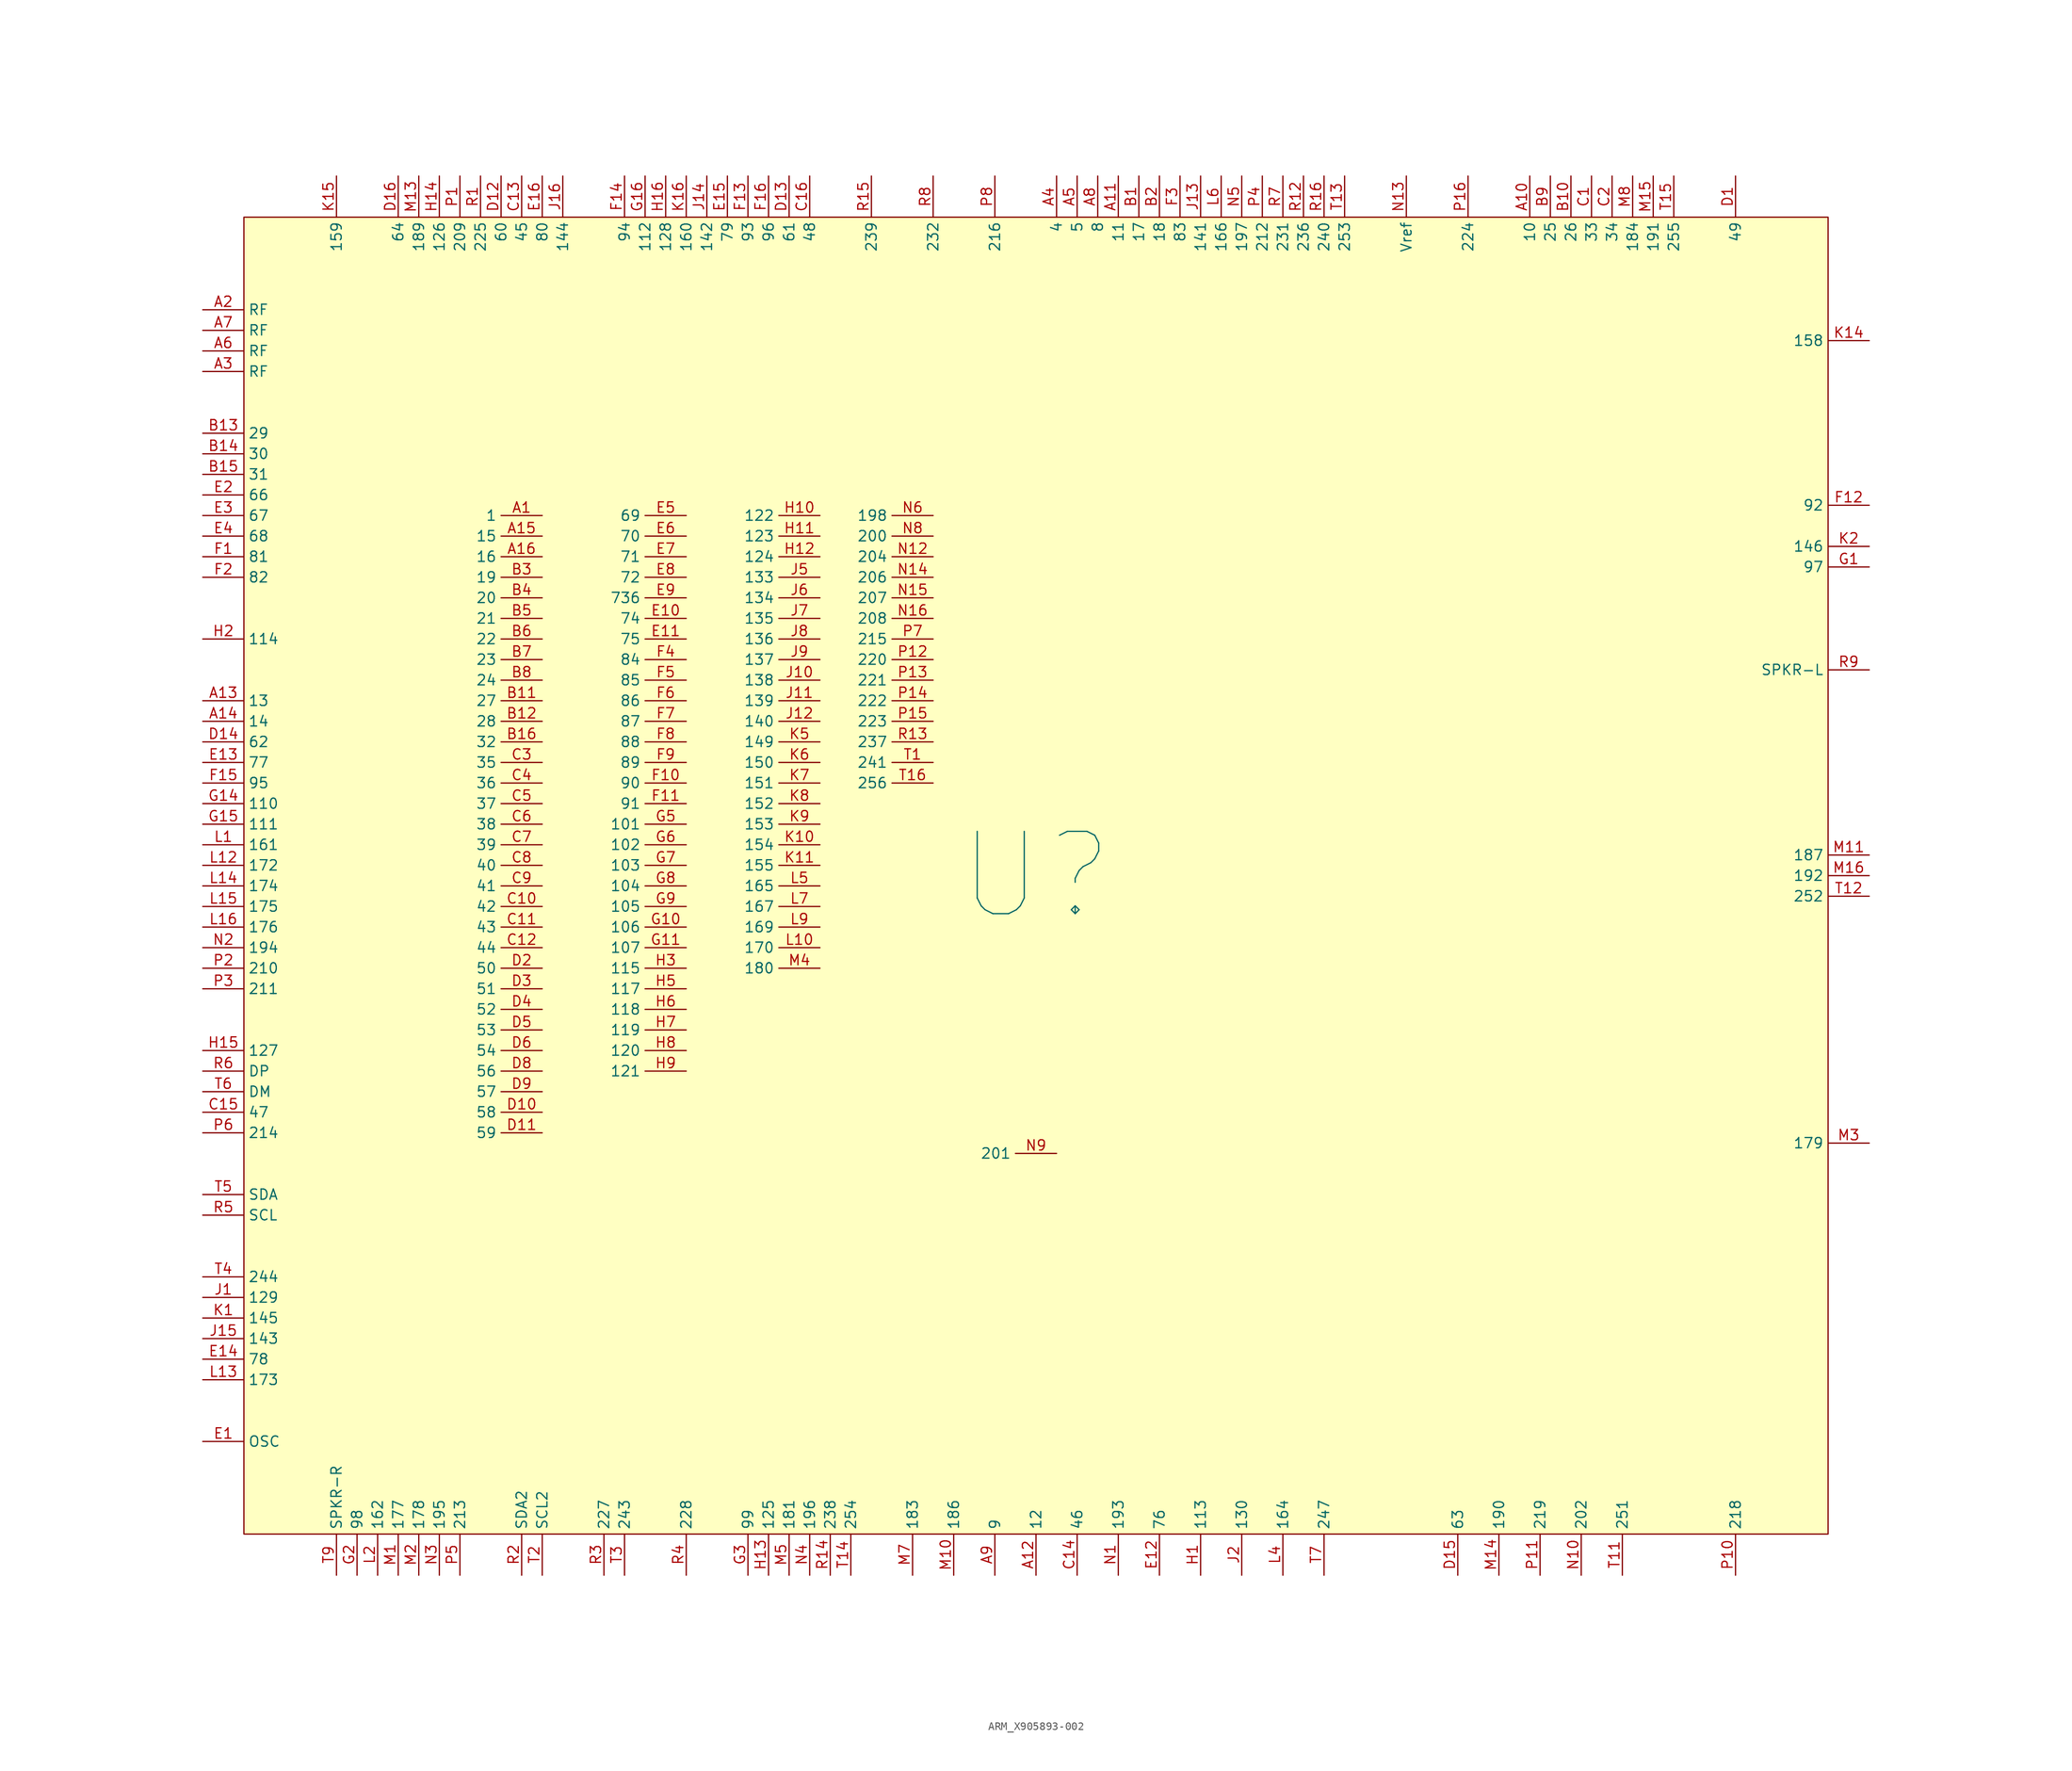
<source format=kicad_sym>
(kicad_symbol_lib
  (version 20231120)
  (generator "kicad_symbol_editor")
  (generator_version "8.0")
  (symbol "ARM_X905893-002"
    (property "Reference" "U"
      (at 0 0 0)
      (effects (font (size 10.16 10.16))))
    (symbol "ARM_X905893-002_1_1"
      (rectangle (start -97.79 81.28) (end 97.79 -81.28) (stroke (width 0) (type default)) (fill (type background)))
      (pin bidirectional line (at -60.96 44.45 180) (length 5.08) (name "1" (effects (font (size 1.27 1.27)))) (number "A1" (effects (font (size 1.27 1.27)))))
      (pin bidirectional line (at 60.96 86.36 270) (length 5.08) (name "10" (effects (font (size 1.27 1.27)))) (number "A10" (effects (font (size 1.27 1.27)))))
      (pin bidirectional line (at 10.16 86.36 270) (length 5.08) (name "11" (effects (font (size 1.27 1.27)))) (number "A11" (effects (font (size 1.27 1.27)))))
      (pin bidirectional line (at 0 -86.36 90) (length 5.08) (name "12" (effects (font (size 1.27 1.27)))) (number "A12" (effects (font (size 1.27 1.27)))))
      (pin bidirectional line (at -102.87 21.59 0) (length 5.08) (name "13" (effects (font (size 1.27 1.27)))) (number "A13" (effects (font (size 1.27 1.27)))))
      (pin bidirectional line (at -102.87 19.05 0) (length 5.08) (name "14" (effects (font (size 1.27 1.27)))) (number "A14" (effects (font (size 1.27 1.27)))))
      (pin bidirectional line (at -60.96 41.91 180) (length 5.08) (name "15" (effects (font (size 1.27 1.27)))) (number "A15" (effects (font (size 1.27 1.27)))))
      (pin bidirectional line (at -60.96 39.37 180) (length 5.08) (name "16" (effects (font (size 1.27 1.27)))) (number "A16" (effects (font (size 1.27 1.27)))))
      (pin bidirectional line (at -102.87 69.85 0) (length 5.08) (name "RF" (effects (font (size 1.27 1.27)))) (number "A2" (effects (font (size 1.27 1.27)))))
      (pin bidirectional line (at -102.87 62.23 0) (length 5.08) (name "RF" (effects (font (size 1.27 1.27)))) (number "A3" (effects (font (size 1.27 1.27)))))
      (pin bidirectional line (at 2.54 86.36 270) (length 5.08) (name "4" (effects (font (size 1.27 1.27)))) (number "A4" (effects (font (size 1.27 1.27)))))
      (pin bidirectional line (at 5.08 86.36 270) (length 5.08) (name "5" (effects (font (size 1.27 1.27)))) (number "A5" (effects (font (size 1.27 1.27)))))
      (pin bidirectional line (at -102.87 64.77 0) (length 5.08) (name "RF" (effects (font (size 1.27 1.27)))) (number "A6" (effects (font (size 1.27 1.27)))))
      (pin bidirectional line (at -102.87 67.31 0) (length 5.08) (name "RF" (effects (font (size 1.27 1.27)))) (number "A7" (effects (font (size 1.27 1.27)))))
      (pin bidirectional line (at 7.62 86.36 270) (length 5.08) (name "8" (effects (font (size 1.27 1.27)))) (number "A8" (effects (font (size 1.27 1.27)))))
      (pin bidirectional line (at -5.08 -86.36 90) (length 5.08) (name "9" (effects (font (size 1.27 1.27)))) (number "A9" (effects (font (size 1.27 1.27)))))
      (pin bidirectional line (at 12.7 86.36 270) (length 5.08) (name "17" (effects (font (size 1.27 1.27)))) (number "B1" (effects (font (size 1.27 1.27)))))
      (pin bidirectional line (at 66.04 86.36 270) (length 5.08) (name "26" (effects (font (size 1.27 1.27)))) (number "B10" (effects (font (size 1.27 1.27)))))
      (pin bidirectional line (at -60.96 21.59 180) (length 5.08) (name "27" (effects (font (size 1.27 1.27)))) (number "B11" (effects (font (size 1.27 1.27)))))
      (pin bidirectional line (at -60.96 19.05 180) (length 5.08) (name "28" (effects (font (size 1.27 1.27)))) (number "B12" (effects (font (size 1.27 1.27)))))
      (pin bidirectional line (at -102.87 54.61 0) (length 5.08) (name "29" (effects (font (size 1.27 1.27)))) (number "B13" (effects (font (size 1.27 1.27)))))
      (pin bidirectional line (at -102.87 52.07 0) (length 5.08) (name "30" (effects (font (size 1.27 1.27)))) (number "B14" (effects (font (size 1.27 1.27)))))
      (pin bidirectional line (at -102.87 49.53 0) (length 5.08) (name "31" (effects (font (size 1.27 1.27)))) (number "B15" (effects (font (size 1.27 1.27)))))
      (pin bidirectional line (at -60.96 16.51 180) (length 5.08) (name "32" (effects (font (size 1.27 1.27)))) (number "B16" (effects (font (size 1.27 1.27)))))
      (pin bidirectional line (at 15.24 86.36 270) (length 5.08) (name "18" (effects (font (size 1.27 1.27)))) (number "B2" (effects (font (size 1.27 1.27)))))
      (pin bidirectional line (at -60.96 36.83 180) (length 5.08) (name "19" (effects (font (size 1.27 1.27)))) (number "B3" (effects (font (size 1.27 1.27)))))
      (pin bidirectional line (at -60.96 34.29 180) (length 5.08) (name "20" (effects (font (size 1.27 1.27)))) (number "B4" (effects (font (size 1.27 1.27)))))
      (pin bidirectional line (at -60.96 31.75 180) (length 5.08) (name "21" (effects (font (size 1.27 1.27)))) (number "B5" (effects (font (size 1.27 1.27)))))
      (pin bidirectional line (at -60.96 29.21 180) (length 5.08) (name "22" (effects (font (size 1.27 1.27)))) (number "B6" (effects (font (size 1.27 1.27)))))
      (pin bidirectional line (at -60.96 26.67 180) (length 5.08) (name "23" (effects (font (size 1.27 1.27)))) (number "B7" (effects (font (size 1.27 1.27)))))
      (pin bidirectional line (at -60.96 24.13 180) (length 5.08) (name "24" (effects (font (size 1.27 1.27)))) (number "B8" (effects (font (size 1.27 1.27)))))
      (pin bidirectional line (at 63.5 86.36 270) (length 5.08) (name "25" (effects (font (size 1.27 1.27)))) (number "B9" (effects (font (size 1.27 1.27)))))
      (pin bidirectional line (at 68.58 86.36 270) (length 5.08) (name "33" (effects (font (size 1.27 1.27)))) (number "C1" (effects (font (size 1.27 1.27)))))
      (pin bidirectional line (at -60.96 -3.81 180) (length 5.08) (name "42" (effects (font (size 1.27 1.27)))) (number "C10" (effects (font (size 1.27 1.27)))))
      (pin bidirectional line (at -60.96 -6.35 180) (length 5.08) (name "43" (effects (font (size 1.27 1.27)))) (number "C11" (effects (font (size 1.27 1.27)))))
      (pin bidirectional line (at -60.96 -8.89 180) (length 5.08) (name "44" (effects (font (size 1.27 1.27)))) (number "C12" (effects (font (size 1.27 1.27)))))
      (pin bidirectional line (at -63.5 86.36 270) (length 5.08) (name "45" (effects (font (size 1.27 1.27)))) (number "C13" (effects (font (size 1.27 1.27)))))
      (pin bidirectional line (at 5.08 -86.36 90) (length 5.08) (name "46" (effects (font (size 1.27 1.27)))) (number "C14" (effects (font (size 1.27 1.27)))))
      (pin bidirectional line (at -102.87 -29.21 0) (length 5.08) (name "47" (effects (font (size 1.27 1.27)))) (number "C15" (effects (font (size 1.27 1.27)))))
      (pin bidirectional line (at -27.94 86.36 270) (length 5.08) (name "48" (effects (font (size 1.27 1.27)))) (number "C16" (effects (font (size 1.27 1.27)))))
      (pin bidirectional line (at 71.12 86.36 270) (length 5.08) (name "34" (effects (font (size 1.27 1.27)))) (number "C2" (effects (font (size 1.27 1.27)))))
      (pin bidirectional line (at -60.96 13.97 180) (length 5.08) (name "35" (effects (font (size 1.27 1.27)))) (number "C3" (effects (font (size 1.27 1.27)))))
      (pin bidirectional line (at -60.96 11.43 180) (length 5.08) (name "36" (effects (font (size 1.27 1.27)))) (number "C4" (effects (font (size 1.27 1.27)))))
      (pin bidirectional line (at -60.96 8.89 180) (length 5.08) (name "37" (effects (font (size 1.27 1.27)))) (number "C5" (effects (font (size 1.27 1.27)))))
      (pin bidirectional line (at -60.96 6.35 180) (length 5.08) (name "38" (effects (font (size 1.27 1.27)))) (number "C6" (effects (font (size 1.27 1.27)))))
      (pin bidirectional line (at -60.96 3.81 180) (length 5.08) (name "39" (effects (font (size 1.27 1.27)))) (number "C7" (effects (font (size 1.27 1.27)))))
      (pin bidirectional line (at -60.96 1.27 180) (length 5.08) (name "40" (effects (font (size 1.27 1.27)))) (number "C8" (effects (font (size 1.27 1.27)))))
      (pin bidirectional line (at -60.96 -1.27 180) (length 5.08) (name "41" (effects (font (size 1.27 1.27)))) (number "C9" (effects (font (size 1.27 1.27)))))
      (pin bidirectional line (at 86.36 86.36 270) (length 5.08) (name "49" (effects (font (size 1.27 1.27)))) (number "D1" (effects (font (size 1.27 1.27)))))
      (pin bidirectional line (at -60.96 -29.21 180) (length 5.08) (name "58" (effects (font (size 1.27 1.27)))) (number "D10" (effects (font (size 1.27 1.27)))))
      (pin bidirectional line (at -60.96 -31.75 180) (length 5.08) (name "59" (effects (font (size 1.27 1.27)))) (number "D11" (effects (font (size 1.27 1.27)))))
      (pin bidirectional line (at -66.04 86.36 270) (length 5.08) (name "60" (effects (font (size 1.27 1.27)))) (number "D12" (effects (font (size 1.27 1.27)))))
      (pin bidirectional line (at -30.48 86.36 270) (length 5.08) (name "61" (effects (font (size 1.27 1.27)))) (number "D13" (effects (font (size 1.27 1.27)))))
      (pin bidirectional line (at -102.87 16.51 0) (length 5.08) (name "62" (effects (font (size 1.27 1.27)))) (number "D14" (effects (font (size 1.27 1.27)))))
      (pin bidirectional line (at 52.07 -86.36 90) (length 5.08) (name "63" (effects (font (size 1.27 1.27)))) (number "D15" (effects (font (size 1.27 1.27)))))
      (pin bidirectional line (at -78.74 86.36 270) (length 5.08) (name "64" (effects (font (size 1.27 1.27)))) (number "D16" (effects (font (size 1.27 1.27)))))
      (pin bidirectional line (at -60.96 -11.43 180) (length 5.08) (name "50" (effects (font (size 1.27 1.27)))) (number "D2" (effects (font (size 1.27 1.27)))))
      (pin bidirectional line (at -60.96 -13.97 180) (length 5.08) (name "51" (effects (font (size 1.27 1.27)))) (number "D3" (effects (font (size 1.27 1.27)))))
      (pin bidirectional line (at -60.96 -16.51 180) (length 5.08) (name "52" (effects (font (size 1.27 1.27)))) (number "D4" (effects (font (size 1.27 1.27)))))
      (pin bidirectional line (at -60.96 -19.05 180) (length 5.08) (name "53" (effects (font (size 1.27 1.27)))) (number "D5" (effects (font (size 1.27 1.27)))))
      (pin bidirectional line (at -60.96 -21.59 180) (length 5.08) (name "54" (effects (font (size 1.27 1.27)))) (number "D6" (effects (font (size 1.27 1.27)))))
      (pin bidirectional line (at -60.96 -24.13 180) (length 5.08) (name "56" (effects (font (size 1.27 1.27)))) (number "D8" (effects (font (size 1.27 1.27)))))
      (pin bidirectional line (at -60.96 -26.67 180) (length 5.08) (name "57" (effects (font (size 1.27 1.27)))) (number "D9" (effects (font (size 1.27 1.27)))))
      (pin bidirectional line (at -102.87 -69.85 0) (length 5.08) (name "OSC" (effects (font (size 1.27 1.27)))) (number "E1" (effects (font (size 1.27 1.27)))))
      (pin bidirectional line (at -43.18 31.75 180) (length 5.08) (name "74" (effects (font (size 1.27 1.27)))) (number "E10" (effects (font (size 1.27 1.27)))))
      (pin bidirectional line (at -43.18 29.21 180) (length 5.08) (name "75" (effects (font (size 1.27 1.27)))) (number "E11" (effects (font (size 1.27 1.27)))))
      (pin bidirectional line (at 15.24 -86.36 90) (length 5.08) (name "76" (effects (font (size 1.27 1.27)))) (number "E12" (effects (font (size 1.27 1.27)))))
      (pin bidirectional line (at -102.87 13.97 0) (length 5.08) (name "77" (effects (font (size 1.27 1.27)))) (number "E13" (effects (font (size 1.27 1.27)))))
      (pin bidirectional line (at -102.87 -59.69 0) (length 5.08) (name "78" (effects (font (size 1.27 1.27)))) (number "E14" (effects (font (size 1.27 1.27)))))
      (pin bidirectional line (at -38.1 86.36 270) (length 5.08) (name "79" (effects (font (size 1.27 1.27)))) (number "E15" (effects (font (size 1.27 1.27)))))
      (pin bidirectional line (at -60.96 86.36 270) (length 5.08) (name "80" (effects (font (size 1.27 1.27)))) (number "E16" (effects (font (size 1.27 1.27)))))
      (pin bidirectional line (at -102.87 46.99 0) (length 5.08) (name "66" (effects (font (size 1.27 1.27)))) (number "E2" (effects (font (size 1.27 1.27)))))
      (pin bidirectional line (at -102.87 44.45 0) (length 5.08) (name "67" (effects (font (size 1.27 1.27)))) (number "E3" (effects (font (size 1.27 1.27)))))
      (pin bidirectional line (at -102.87 41.91 0) (length 5.08) (name "68" (effects (font (size 1.27 1.27)))) (number "E4" (effects (font (size 1.27 1.27)))))
      (pin bidirectional line (at -43.18 44.45 180) (length 5.08) (name "69" (effects (font (size 1.27 1.27)))) (number "E5" (effects (font (size 1.27 1.27)))))
      (pin bidirectional line (at -43.18 41.91 180) (length 5.08) (name "70" (effects (font (size 1.27 1.27)))) (number "E6" (effects (font (size 1.27 1.27)))))
      (pin bidirectional line (at -43.18 39.37 180) (length 5.08) (name "71" (effects (font (size 1.27 1.27)))) (number "E7" (effects (font (size 1.27 1.27)))))
      (pin bidirectional line (at -43.18 36.83 180) (length 5.08) (name "72" (effects (font (size 1.27 1.27)))) (number "E8" (effects (font (size 1.27 1.27)))))
      (pin bidirectional line (at -43.18 34.29 180) (length 5.08) (name "736" (effects (font (size 1.27 1.27)))) (number "E9" (effects (font (size 1.27 1.27)))))
      (pin bidirectional line (at -102.87 39.37 0) (length 5.08) (name "81" (effects (font (size 1.27 1.27)))) (number "F1" (effects (font (size 1.27 1.27)))))
      (pin bidirectional line (at -43.18 11.43 180) (length 5.08) (name "90" (effects (font (size 1.27 1.27)))) (number "F10" (effects (font (size 1.27 1.27)))))
      (pin bidirectional line (at -43.18 8.89 180) (length 5.08) (name "91" (effects (font (size 1.27 1.27)))) (number "F11" (effects (font (size 1.27 1.27)))))
      (pin bidirectional line (at 102.87 45.72 180) (length 5.08) (name "92" (effects (font (size 1.27 1.27)))) (number "F12" (effects (font (size 1.27 1.27)))))
      (pin bidirectional line (at -35.56 86.36 270) (length 5.08) (name "93" (effects (font (size 1.27 1.27)))) (number "F13" (effects (font (size 1.27 1.27)))))
      (pin bidirectional line (at -50.8 86.36 270) (length 5.08) (name "94" (effects (font (size 1.27 1.27)))) (number "F14" (effects (font (size 1.27 1.27)))))
      (pin bidirectional line (at -102.87 11.43 0) (length 5.08) (name "95" (effects (font (size 1.27 1.27)))) (number "F15" (effects (font (size 1.27 1.27)))))
      (pin bidirectional line (at -33.02 86.36 270) (length 5.08) (name "96" (effects (font (size 1.27 1.27)))) (number "F16" (effects (font (size 1.27 1.27)))))
      (pin bidirectional line (at -102.87 36.83 0) (length 5.08) (name "82" (effects (font (size 1.27 1.27)))) (number "F2" (effects (font (size 1.27 1.27)))))
      (pin bidirectional line (at 17.78 86.36 270) (length 5.08) (name "83" (effects (font (size 1.27 1.27)))) (number "F3" (effects (font (size 1.27 1.27)))))
      (pin bidirectional line (at -43.18 26.67 180) (length 5.08) (name "84" (effects (font (size 1.27 1.27)))) (number "F4" (effects (font (size 1.27 1.27)))))
      (pin bidirectional line (at -43.18 24.13 180) (length 5.08) (name "85" (effects (font (size 1.27 1.27)))) (number "F5" (effects (font (size 1.27 1.27)))))
      (pin bidirectional line (at -43.18 21.59 180) (length 5.08) (name "86" (effects (font (size 1.27 1.27)))) (number "F6" (effects (font (size 1.27 1.27)))))
      (pin bidirectional line (at -43.18 19.05 180) (length 5.08) (name "87" (effects (font (size 1.27 1.27)))) (number "F7" (effects (font (size 1.27 1.27)))))
      (pin bidirectional line (at -43.18 16.51 180) (length 5.08) (name "88" (effects (font (size 1.27 1.27)))) (number "F8" (effects (font (size 1.27 1.27)))))
      (pin bidirectional line (at -43.18 13.97 180) (length 5.08) (name "89" (effects (font (size 1.27 1.27)))) (number "F9" (effects (font (size 1.27 1.27)))))
      (pin bidirectional line (at 102.87 38.1 180) (length 5.08) (name "97" (effects (font (size 1.27 1.27)))) (number "G1" (effects (font (size 1.27 1.27)))))
      (pin bidirectional line (at -43.18 -6.35 180) (length 5.08) (name "106" (effects (font (size 1.27 1.27)))) (number "G10" (effects (font (size 1.27 1.27)))))
      (pin bidirectional line (at -43.18 -8.89 180) (length 5.08) (name "107" (effects (font (size 1.27 1.27)))) (number "G11" (effects (font (size 1.27 1.27)))))
      (pin bidirectional line (at -102.87 8.89 0) (length 5.08) (name "110" (effects (font (size 1.27 1.27)))) (number "G14" (effects (font (size 1.27 1.27)))))
      (pin bidirectional line (at -102.87 6.35 0) (length 5.08) (name "111" (effects (font (size 1.27 1.27)))) (number "G15" (effects (font (size 1.27 1.27)))))
      (pin bidirectional line (at -48.26 86.36 270) (length 5.08) (name "112" (effects (font (size 1.27 1.27)))) (number "G16" (effects (font (size 1.27 1.27)))))
      (pin bidirectional line (at -83.82 -86.36 90) (length 5.08) (name "98" (effects (font (size 1.27 1.27)))) (number "G2" (effects (font (size 1.27 1.27)))))
      (pin bidirectional line (at -35.56 -86.36 90) (length 5.08) (name "99" (effects (font (size 1.27 1.27)))) (number "G3" (effects (font (size 1.27 1.27)))))
      (pin bidirectional line (at -43.18 6.35 180) (length 5.08) (name "101" (effects (font (size 1.27 1.27)))) (number "G5" (effects (font (size 1.27 1.27)))))
      (pin bidirectional line (at -43.18 3.81 180) (length 5.08) (name "102" (effects (font (size 1.27 1.27)))) (number "G6" (effects (font (size 1.27 1.27)))))
      (pin bidirectional line (at -43.18 1.27 180) (length 5.08) (name "103" (effects (font (size 1.27 1.27)))) (number "G7" (effects (font (size 1.27 1.27)))))
      (pin bidirectional line (at -43.18 -1.27 180) (length 5.08) (name "104" (effects (font (size 1.27 1.27)))) (number "G8" (effects (font (size 1.27 1.27)))))
      (pin bidirectional line (at -43.18 -3.81 180) (length 5.08) (name "105" (effects (font (size 1.27 1.27)))) (number "G9" (effects (font (size 1.27 1.27)))))
      (pin bidirectional line (at 20.32 -86.36 90) (length 5.08) (name "113" (effects (font (size 1.27 1.27)))) (number "H1" (effects (font (size 1.27 1.27)))))
      (pin bidirectional line (at -26.67 44.45 180) (length 5.08) (name "122" (effects (font (size 1.27 1.27)))) (number "H10" (effects (font (size 1.27 1.27)))))
      (pin bidirectional line (at -26.67 41.91 180) (length 5.08) (name "123" (effects (font (size 1.27 1.27)))) (number "H11" (effects (font (size 1.27 1.27)))))
      (pin bidirectional line (at -26.67 39.37 180) (length 5.08) (name "124" (effects (font (size 1.27 1.27)))) (number "H12" (effects (font (size 1.27 1.27)))))
      (pin bidirectional line (at -33.02 -86.36 90) (length 5.08) (name "125" (effects (font (size 1.27 1.27)))) (number "H13" (effects (font (size 1.27 1.27)))))
      (pin bidirectional line (at -73.66 86.36 270) (length 5.08) (name "126" (effects (font (size 1.27 1.27)))) (number "H14" (effects (font (size 1.27 1.27)))))
      (pin bidirectional line (at -102.87 -21.59 0) (length 5.08) (name "127" (effects (font (size 1.27 1.27)))) (number "H15" (effects (font (size 1.27 1.27)))))
      (pin bidirectional line (at -45.72 86.36 270) (length 5.08) (name "128" (effects (font (size 1.27 1.27)))) (number "H16" (effects (font (size 1.27 1.27)))))
      (pin bidirectional line (at -102.87 29.21 0) (length 5.08) (name "114" (effects (font (size 1.27 1.27)))) (number "H2" (effects (font (size 1.27 1.27)))))
      (pin bidirectional line (at -43.18 -11.43 180) (length 5.08) (name "115" (effects (font (size 1.27 1.27)))) (number "H3" (effects (font (size 1.27 1.27)))))
      (pin bidirectional line (at -43.18 -13.97 180) (length 5.08) (name "117" (effects (font (size 1.27 1.27)))) (number "H5" (effects (font (size 1.27 1.27)))))
      (pin bidirectional line (at -43.18 -16.51 180) (length 5.08) (name "118" (effects (font (size 1.27 1.27)))) (number "H6" (effects (font (size 1.27 1.27)))))
      (pin bidirectional line (at -43.18 -19.05 180) (length 5.08) (name "119" (effects (font (size 1.27 1.27)))) (number "H7" (effects (font (size 1.27 1.27)))))
      (pin bidirectional line (at -43.18 -21.59 180) (length 5.08) (name "120" (effects (font (size 1.27 1.27)))) (number "H8" (effects (font (size 1.27 1.27)))))
      (pin bidirectional line (at -43.18 -24.13 180) (length 5.08) (name "121" (effects (font (size 1.27 1.27)))) (number "H9" (effects (font (size 1.27 1.27)))))
      (pin bidirectional line (at -102.87 -52.07 0) (length 5.08) (name "129" (effects (font (size 1.27 1.27)))) (number "J1" (effects (font (size 1.27 1.27)))))
      (pin bidirectional line (at -26.67 24.13 180) (length 5.08) (name "138" (effects (font (size 1.27 1.27)))) (number "J10" (effects (font (size 1.27 1.27)))))
      (pin bidirectional line (at -26.67 21.59 180) (length 5.08) (name "139" (effects (font (size 1.27 1.27)))) (number "J11" (effects (font (size 1.27 1.27)))))
      (pin bidirectional line (at -26.67 19.05 180) (length 5.08) (name "140" (effects (font (size 1.27 1.27)))) (number "J12" (effects (font (size 1.27 1.27)))))
      (pin bidirectional line (at 20.32 86.36 270) (length 5.08) (name "141" (effects (font (size 1.27 1.27)))) (number "J13" (effects (font (size 1.27 1.27)))))
      (pin bidirectional line (at -40.64 86.36 270) (length 5.08) (name "142" (effects (font (size 1.27 1.27)))) (number "J14" (effects (font (size 1.27 1.27)))))
      (pin bidirectional line (at -102.87 -57.15 0) (length 5.08) (name "143" (effects (font (size 1.27 1.27)))) (number "J15" (effects (font (size 1.27 1.27)))))
      (pin bidirectional line (at -58.42 86.36 270) (length 5.08) (name "144" (effects (font (size 1.27 1.27)))) (number "J16" (effects (font (size 1.27 1.27)))))
      (pin bidirectional line (at 25.4 -86.36 90) (length 5.08) (name "130" (effects (font (size 1.27 1.27)))) (number "J2" (effects (font (size 1.27 1.27)))))
      (pin bidirectional line (at -26.67 36.83 180) (length 5.08) (name "133" (effects (font (size 1.27 1.27)))) (number "J5" (effects (font (size 1.27 1.27)))))
      (pin bidirectional line (at -26.67 34.29 180) (length 5.08) (name "134" (effects (font (size 1.27 1.27)))) (number "J6" (effects (font (size 1.27 1.27)))))
      (pin bidirectional line (at -26.67 31.75 180) (length 5.08) (name "135" (effects (font (size 1.27 1.27)))) (number "J7" (effects (font (size 1.27 1.27)))))
      (pin bidirectional line (at -26.67 29.21 180) (length 5.08) (name "136" (effects (font (size 1.27 1.27)))) (number "J8" (effects (font (size 1.27 1.27)))))
      (pin bidirectional line (at -26.67 26.67 180) (length 5.08) (name "137" (effects (font (size 1.27 1.27)))) (number "J9" (effects (font (size 1.27 1.27)))))
      (pin bidirectional line (at -102.87 -54.61 0) (length 5.08) (name "145" (effects (font (size 1.27 1.27)))) (number "K1" (effects (font (size 1.27 1.27)))))
      (pin bidirectional line (at -26.67 3.81 180) (length 5.08) (name "154" (effects (font (size 1.27 1.27)))) (number "K10" (effects (font (size 1.27 1.27)))))
      (pin bidirectional line (at -26.67 1.27 180) (length 5.08) (name "155" (effects (font (size 1.27 1.27)))) (number "K11" (effects (font (size 1.27 1.27)))))
      (pin bidirectional line (at 102.87 66.04 180) (length 5.08) (name "158" (effects (font (size 1.27 1.27)))) (number "K14" (effects (font (size 1.27 1.27)))))
      (pin bidirectional line (at -86.36 86.36 270) (length 5.08) (name "159" (effects (font (size 1.27 1.27)))) (number "K15" (effects (font (size 1.27 1.27)))))
      (pin bidirectional line (at -43.18 86.36 270) (length 5.08) (name "160" (effects (font (size 1.27 1.27)))) (number "K16" (effects (font (size 1.27 1.27)))))
      (pin bidirectional line (at 102.87 40.64 180) (length 5.08) (name "146" (effects (font (size 1.27 1.27)))) (number "K2" (effects (font (size 1.27 1.27)))))
      (pin bidirectional line (at -26.67 16.51 180) (length 5.08) (name "149" (effects (font (size 1.27 1.27)))) (number "K5" (effects (font (size 1.27 1.27)))))
      (pin bidirectional line (at -26.67 13.97 180) (length 5.08) (name "150" (effects (font (size 1.27 1.27)))) (number "K6" (effects (font (size 1.27 1.27)))))
      (pin bidirectional line (at -26.67 11.43 180) (length 5.08) (name "151" (effects (font (size 1.27 1.27)))) (number "K7" (effects (font (size 1.27 1.27)))))
      (pin bidirectional line (at -26.67 8.89 180) (length 5.08) (name "152" (effects (font (size 1.27 1.27)))) (number "K8" (effects (font (size 1.27 1.27)))))
      (pin bidirectional line (at -26.67 6.35 180) (length 5.08) (name "153" (effects (font (size 1.27 1.27)))) (number "K9" (effects (font (size 1.27 1.27)))))
      (pin bidirectional line (at -102.87 3.81 0) (length 5.08) (name "161" (effects (font (size 1.27 1.27)))) (number "L1" (effects (font (size 1.27 1.27)))))
      (pin bidirectional line (at -26.67 -8.89 180) (length 5.08) (name "170" (effects (font (size 1.27 1.27)))) (number "L10" (effects (font (size 1.27 1.27)))))
      (pin bidirectional line (at -102.87 1.27 0) (length 5.08) (name "172" (effects (font (size 1.27 1.27)))) (number "L12" (effects (font (size 1.27 1.27)))))
      (pin bidirectional line (at -102.87 -62.23 0) (length 5.08) (name "173" (effects (font (size 1.27 1.27)))) (number "L13" (effects (font (size 1.27 1.27)))))
      (pin bidirectional line (at -102.87 -1.27 0) (length 5.08) (name "174" (effects (font (size 1.27 1.27)))) (number "L14" (effects (font (size 1.27 1.27)))))
      (pin bidirectional line (at -102.87 -3.81 0) (length 5.08) (name "175" (effects (font (size 1.27 1.27)))) (number "L15" (effects (font (size 1.27 1.27)))))
      (pin bidirectional line (at -102.87 -6.35 0) (length 5.08) (name "176" (effects (font (size 1.27 1.27)))) (number "L16" (effects (font (size 1.27 1.27)))))
      (pin bidirectional line (at -81.28 -86.36 90) (length 5.08) (name "162" (effects (font (size 1.27 1.27)))) (number "L2" (effects (font (size 1.27 1.27)))))
      (pin bidirectional line (at 30.48 -86.36 90) (length 5.08) (name "164" (effects (font (size 1.27 1.27)))) (number "L4" (effects (font (size 1.27 1.27)))))
      (pin bidirectional line (at -26.67 -1.27 180) (length 5.08) (name "165" (effects (font (size 1.27 1.27)))) (number "L5" (effects (font (size 1.27 1.27)))))
      (pin bidirectional line (at 22.86 86.36 270) (length 5.08) (name "166" (effects (font (size 1.27 1.27)))) (number "L6" (effects (font (size 1.27 1.27)))))
      (pin bidirectional line (at -26.67 -3.81 180) (length 5.08) (name "167" (effects (font (size 1.27 1.27)))) (number "L7" (effects (font (size 1.27 1.27)))))
      (pin bidirectional line (at -26.67 -6.35 180) (length 5.08) (name "169" (effects (font (size 1.27 1.27)))) (number "L9" (effects (font (size 1.27 1.27)))))
      (pin bidirectional line (at -78.74 -86.36 90) (length 5.08) (name "177" (effects (font (size 1.27 1.27)))) (number "M1" (effects (font (size 1.27 1.27)))))
      (pin bidirectional line (at -10.16 -86.36 90) (length 5.08) (name "186" (effects (font (size 1.27 1.27)))) (number "M10" (effects (font (size 1.27 1.27)))))
      (pin bidirectional line (at 102.87 2.54 180) (length 5.08) (name "187" (effects (font (size 1.27 1.27)))) (number "M11" (effects (font (size 1.27 1.27)))))
      (pin bidirectional line (at -76.2 86.36 270) (length 5.08) (name "189" (effects (font (size 1.27 1.27)))) (number "M13" (effects (font (size 1.27 1.27)))))
      (pin bidirectional line (at 57.15 -86.36 90) (length 5.08) (name "190" (effects (font (size 1.27 1.27)))) (number "M14" (effects (font (size 1.27 1.27)))))
      (pin bidirectional line (at 76.2 86.36 270) (length 5.08) (name "191" (effects (font (size 1.27 1.27)))) (number "M15" (effects (font (size 1.27 1.27)))))
      (pin bidirectional line (at 102.87 0 180) (length 5.08) (name "192" (effects (font (size 1.27 1.27)))) (number "M16" (effects (font (size 1.27 1.27)))))
      (pin bidirectional line (at -76.2 -86.36 90) (length 5.08) (name "178" (effects (font (size 1.27 1.27)))) (number "M2" (effects (font (size 1.27 1.27)))))
      (pin bidirectional line (at 102.87 -33.02 180) (length 5.08) (name "179" (effects (font (size 1.27 1.27)))) (number "M3" (effects (font (size 1.27 1.27)))))
      (pin bidirectional line (at -26.67 -11.43 180) (length 5.08) (name "180" (effects (font (size 1.27 1.27)))) (number "M4" (effects (font (size 1.27 1.27)))))
      (pin bidirectional line (at -30.48 -86.36 90) (length 5.08) (name "181" (effects (font (size 1.27 1.27)))) (number "M5" (effects (font (size 1.27 1.27)))))
      (pin bidirectional line (at -15.24 -86.36 90) (length 5.08) (name "183" (effects (font (size 1.27 1.27)))) (number "M7" (effects (font (size 1.27 1.27)))))
      (pin bidirectional line (at 73.66 86.36 270) (length 5.08) (name "184" (effects (font (size 1.27 1.27)))) (number "M8" (effects (font (size 1.27 1.27)))))
      (pin bidirectional line (at 10.16 -86.36 90) (length 5.08) (name "193" (effects (font (size 1.27 1.27)))) (number "N1" (effects (font (size 1.27 1.27)))))
      (pin bidirectional line (at 67.31 -86.36 90) (length 5.08) (name "202" (effects (font (size 1.27 1.27)))) (number "N10" (effects (font (size 1.27 1.27)))))
      (pin bidirectional line (at -12.7 39.37 180) (length 5.08) (name "204" (effects (font (size 1.27 1.27)))) (number "N12" (effects (font (size 1.27 1.27)))))
      (pin bidirectional line (at 45.72 86.36 270) (length 5.08) (name "Vref" (effects (font (size 1.27 1.27)))) (number "N13" (effects (font (size 1.27 1.27)))))
      (pin bidirectional line (at -12.7 36.83 180) (length 5.08) (name "206" (effects (font (size 1.27 1.27)))) (number "N14" (effects (font (size 1.27 1.27)))))
      (pin bidirectional line (at -12.7 34.29 180) (length 5.08) (name "207" (effects (font (size 1.27 1.27)))) (number "N15" (effects (font (size 1.27 1.27)))))
      (pin bidirectional line (at -12.7 31.75 180) (length 5.08) (name "208" (effects (font (size 1.27 1.27)))) (number "N16" (effects (font (size 1.27 1.27)))))
      (pin bidirectional line (at -102.87 -8.89 0) (length 5.08) (name "194" (effects (font (size 1.27 1.27)))) (number "N2" (effects (font (size 1.27 1.27)))))
      (pin bidirectional line (at -73.66 -86.36 90) (length 5.08) (name "195" (effects (font (size 1.27 1.27)))) (number "N3" (effects (font (size 1.27 1.27)))))
      (pin bidirectional line (at -27.94 -86.36 90) (length 5.08) (name "196" (effects (font (size 1.27 1.27)))) (number "N4" (effects (font (size 1.27 1.27)))))
      (pin bidirectional line (at 25.4 86.36 270) (length 5.08) (name "197" (effects (font (size 1.27 1.27)))) (number "N5" (effects (font (size 1.27 1.27)))))
      (pin bidirectional line (at -12.7 44.45 180) (length 5.08) (name "198" (effects (font (size 1.27 1.27)))) (number "N6" (effects (font (size 1.27 1.27)))))
      (pin bidirectional line (at -12.7 41.91 180) (length 5.08) (name "200" (effects (font (size 1.27 1.27)))) (number "N8" (effects (font (size 1.27 1.27)))))
      (pin bidirectional line (at 2.54 -34.29 180) (length 5.08) (name "201" (effects (font (size 1.27 1.27)))) (number "N9" (effects (font (size 1.27 1.27)))))
      (pin bidirectional line (at -71.12 86.36 270) (length 5.08) (name "209" (effects (font (size 1.27 1.27)))) (number "P1" (effects (font (size 1.27 1.27)))))
      (pin bidirectional line (at 86.36 -86.36 90) (length 5.08) (name "218" (effects (font (size 1.27 1.27)))) (number "P10" (effects (font (size 1.27 1.27)))))
      (pin bidirectional line (at 62.23 -86.36 90) (length 5.08) (name "219" (effects (font (size 1.27 1.27)))) (number "P11" (effects (font (size 1.27 1.27)))))
      (pin bidirectional line (at -12.7 26.67 180) (length 5.08) (name "220" (effects (font (size 1.27 1.27)))) (number "P12" (effects (font (size 1.27 1.27)))))
      (pin bidirectional line (at -12.7 24.13 180) (length 5.08) (name "221" (effects (font (size 1.27 1.27)))) (number "P13" (effects (font (size 1.27 1.27)))))
      (pin bidirectional line (at -12.7 21.59 180) (length 5.08) (name "222" (effects (font (size 1.27 1.27)))) (number "P14" (effects (font (size 1.27 1.27)))))
      (pin bidirectional line (at -12.7 19.05 180) (length 5.08) (name "223" (effects (font (size 1.27 1.27)))) (number "P15" (effects (font (size 1.27 1.27)))))
      (pin bidirectional line (at 53.34 86.36 270) (length 5.08) (name "224" (effects (font (size 1.27 1.27)))) (number "P16" (effects (font (size 1.27 1.27)))))
      (pin bidirectional line (at -102.87 -11.43 0) (length 5.08) (name "210" (effects (font (size 1.27 1.27)))) (number "P2" (effects (font (size 1.27 1.27)))))
      (pin bidirectional line (at -102.87 -13.97 0) (length 5.08) (name "211" (effects (font (size 1.27 1.27)))) (number "P3" (effects (font (size 1.27 1.27)))))
      (pin bidirectional line (at 27.94 86.36 270) (length 5.08) (name "212" (effects (font (size 1.27 1.27)))) (number "P4" (effects (font (size 1.27 1.27)))))
      (pin bidirectional line (at -71.12 -86.36 90) (length 5.08) (name "213" (effects (font (size 1.27 1.27)))) (number "P5" (effects (font (size 1.27 1.27)))))
      (pin bidirectional line (at -102.87 -31.75 0) (length 5.08) (name "214" (effects (font (size 1.27 1.27)))) (number "P6" (effects (font (size 1.27 1.27)))))
      (pin bidirectional line (at -12.7 29.21 180) (length 5.08) (name "215" (effects (font (size 1.27 1.27)))) (number "P7" (effects (font (size 1.27 1.27)))))
      (pin bidirectional line (at -5.08 86.36 270) (length 5.08) (name "216" (effects (font (size 1.27 1.27)))) (number "P8" (effects (font (size 1.27 1.27)))))
      (pin bidirectional line (at -68.58 86.36 270) (length 5.08) (name "225" (effects (font (size 1.27 1.27)))) (number "R1" (effects (font (size 1.27 1.27)))))
      (pin bidirectional line (at 33.02 86.36 270) (length 5.08) (name "236" (effects (font (size 1.27 1.27)))) (number "R12" (effects (font (size 1.27 1.27)))))
      (pin bidirectional line (at -12.7 16.51 180) (length 5.08) (name "237" (effects (font (size 1.27 1.27)))) (number "R13" (effects (font (size 1.27 1.27)))))
      (pin bidirectional line (at -25.4 -86.36 90) (length 5.08) (name "238" (effects (font (size 1.27 1.27)))) (number "R14" (effects (font (size 1.27 1.27)))))
      (pin bidirectional line (at -20.32 86.36 270) (length 5.08) (name "239" (effects (font (size 1.27 1.27)))) (number "R15" (effects (font (size 1.27 1.27)))))
      (pin bidirectional line (at 35.56 86.36 270) (length 5.08) (name "240" (effects (font (size 1.27 1.27)))) (number "R16" (effects (font (size 1.27 1.27)))))
      (pin bidirectional line (at -63.5 -86.36 90) (length 5.08) (name "SDA2" (effects (font (size 1.27 1.27)))) (number "R2" (effects (font (size 1.27 1.27)))))
      (pin bidirectional line (at -53.34 -86.36 90) (length 5.08) (name "227" (effects (font (size 1.27 1.27)))) (number "R3" (effects (font (size 1.27 1.27)))))
      (pin bidirectional line (at -43.18 -86.36 90) (length 5.08) (name "228" (effects (font (size 1.27 1.27)))) (number "R4" (effects (font (size 1.27 1.27)))))
      (pin bidirectional line (at -102.87 -41.91 0) (length 5.08) (name "SCL" (effects (font (size 1.27 1.27)))) (number "R5" (effects (font (size 1.27 1.27)))))
      (pin bidirectional line (at -102.87 -24.13 0) (length 5.08) (name "DP" (effects (font (size 1.27 1.27)))) (number "R6" (effects (font (size 1.27 1.27)))))
      (pin bidirectional line (at 30.48 86.36 270) (length 5.08) (name "231" (effects (font (size 1.27 1.27)))) (number "R7" (effects (font (size 1.27 1.27)))))
      (pin bidirectional line (at -12.7 86.36 270) (length 5.08) (name "232" (effects (font (size 1.27 1.27)))) (number "R8" (effects (font (size 1.27 1.27)))))
      (pin bidirectional line (at 102.87 25.4 180) (length 5.08) (name "SPKR-L" (effects (font (size 1.27 1.27)))) (number "R9" (effects (font (size 1.27 1.27)))))
      (pin bidirectional line (at -12.7 13.97 180) (length 5.08) (name "241" (effects (font (size 1.27 1.27)))) (number "T1" (effects (font (size 1.27 1.27)))))
      (pin bidirectional line (at 72.39 -86.36 90) (length 5.08) (name "251" (effects (font (size 1.27 1.27)))) (number "T11" (effects (font (size 1.27 1.27)))))
      (pin bidirectional line (at 102.87 -2.54 180) (length 5.08) (name "252" (effects (font (size 1.27 1.27)))) (number "T12" (effects (font (size 1.27 1.27)))))
      (pin bidirectional line (at 38.1 86.36 270) (length 5.08) (name "253" (effects (font (size 1.27 1.27)))) (number "T13" (effects (font (size 1.27 1.27)))))
      (pin bidirectional line (at -22.86 -86.36 90) (length 5.08) (name "254" (effects (font (size 1.27 1.27)))) (number "T14" (effects (font (size 1.27 1.27)))))
      (pin bidirectional line (at 78.74 86.36 270) (length 5.08) (name "255" (effects (font (size 1.27 1.27)))) (number "T15" (effects (font (size 1.27 1.27)))))
      (pin bidirectional line (at -12.7 11.43 180) (length 5.08) (name "256" (effects (font (size 1.27 1.27)))) (number "T16" (effects (font (size 1.27 1.27)))))
      (pin bidirectional line (at -60.96 -86.36 90) (length 5.08) (name "SCL2" (effects (font (size 1.27 1.27)))) (number "T2" (effects (font (size 1.27 1.27)))))
      (pin bidirectional line (at -50.8 -86.36 90) (length 5.08) (name "243" (effects (font (size 1.27 1.27)))) (number "T3" (effects (font (size 1.27 1.27)))))
      (pin bidirectional line (at -102.87 -49.53 0) (length 5.08) (name "244" (effects (font (size 1.27 1.27)))) (number "T4" (effects (font (size 1.27 1.27)))))
      (pin bidirectional line (at -102.87 -39.37 0) (length 5.08) (name "SDA" (effects (font (size 1.27 1.27)))) (number "T5" (effects (font (size 1.27 1.27)))))
      (pin bidirectional line (at -102.87 -26.67 0) (length 5.08) (name "DM" (effects (font (size 1.27 1.27)))) (number "T6" (effects (font (size 1.27 1.27)))))
      (pin bidirectional line (at 35.56 -86.36 90) (length 5.08) (name "247" (effects (font (size 1.27 1.27)))) (number "T7" (effects (font (size 1.27 1.27)))))
      (pin bidirectional line (at -86.36 -86.36 90) (length 5.08) (name "SPKR-R" (effects (font (size 1.27 1.27)))) (number "T9" (effects (font (size 1.27 1.27))))))))
</source>
